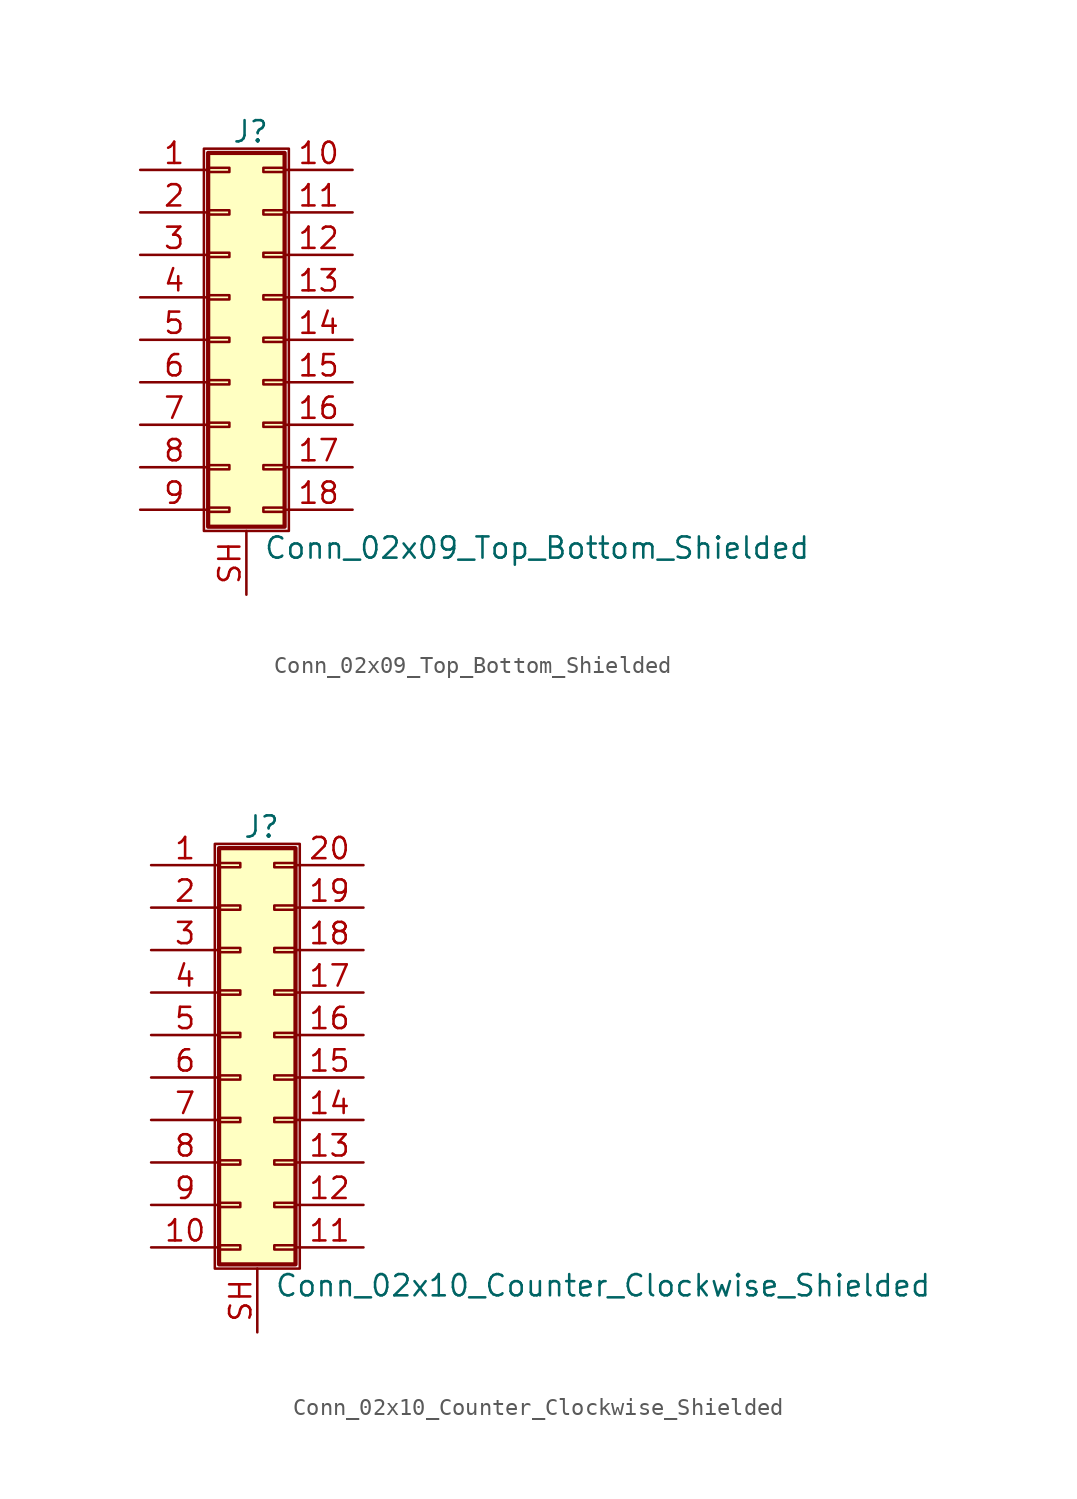
<source format=kicad_sym>
(kicad_symbol_lib
  (version 20211014)
  (generator kicad_symbol_editor)
  (symbol "Conn_02x09_Top_Bottom_Shielded"
    (pin_names
      (offset 1.016) hide)
    (property "Reference" "J"
      (at 1.524 12.446 0)
      (effects (font (size 1.27 1.27))))
    (property "Value" "Conn_02x09_Top_Bottom_Shielded"
      (at 2.286 -12.446 0)
      (effects (font (size 1.27 1.27)) (justify left)))
    (symbol "Conn_02x09_Top_Bottom_Shielded_1_1"
      (rectangle (start -1.27 11.43) (end 3.81 -11.43) (stroke (width 0.152) (type default) (color 0 0 0 0)) (fill (type none)))
      (rectangle (start -1.016 -10.033) (end 0.254 -10.287) (stroke (width 0.152) (type default) (color 0 0 0 0)) (fill (type none)))
      (rectangle (start -1.016 -7.493) (end 0.254 -7.747) (stroke (width 0.152) (type default) (color 0 0 0 0)) (fill (type none)))
      (rectangle (start -1.016 -4.953) (end 0.254 -5.207) (stroke (width 0.152) (type default) (color 0 0 0 0)) (fill (type none)))
      (rectangle (start -1.016 -2.413) (end 0.254 -2.667) (stroke (width 0.152) (type default) (color 0 0 0 0)) (fill (type none)))
      (rectangle (start -1.016 0.127) (end 0.254 -0.127) (stroke (width 0.152) (type default) (color 0 0 0 0)) (fill (type none)))
      (rectangle (start -1.016 2.667) (end 0.254 2.413) (stroke (width 0.152) (type default) (color 0 0 0 0)) (fill (type none)))
      (rectangle (start -1.016 5.207) (end 0.254 4.953) (stroke (width 0.152) (type default) (color 0 0 0 0)) (fill (type none)))
      (rectangle (start -1.016 7.747) (end 0.254 7.493) (stroke (width 0.152) (type default) (color 0 0 0 0)) (fill (type none)))
      (rectangle (start -1.016 10.287) (end 0.254 10.033) (stroke (width 0.152) (type default) (color 0 0 0 0)) (fill (type none)))
      (rectangle (start -1.016 11.176) (end 3.556 -11.176) (stroke (width 0.254) (type default) (color 0 0 0 0)) (fill (type background)))
      (rectangle (start 3.556 -10.033) (end 2.286 -10.287) (stroke (width 0.152) (type default) (color 0 0 0 0)) (fill (type none)))
      (rectangle (start 3.556 -7.493) (end 2.286 -7.747) (stroke (width 0.152) (type default) (color 0 0 0 0)) (fill (type none)))
      (rectangle (start 3.556 -4.953) (end 2.286 -5.207) (stroke (width 0.152) (type default) (color 0 0 0 0)) (fill (type none)))
      (rectangle (start 3.556 -2.413) (end 2.286 -2.667) (stroke (width 0.152) (type default) (color 0 0 0 0)) (fill (type none)))
      (rectangle (start 3.556 0.127) (end 2.286 -0.127) (stroke (width 0.152) (type default) (color 0 0 0 0)) (fill (type none)))
      (rectangle (start 3.556 2.667) (end 2.286 2.413) (stroke (width 0.152) (type default) (color 0 0 0 0)) (fill (type none)))
      (rectangle (start 3.556 5.207) (end 2.286 4.953) (stroke (width 0.152) (type default) (color 0 0 0 0)) (fill (type none)))
      (rectangle (start 3.556 7.747) (end 2.286 7.493) (stroke (width 0.152) (type default) (color 0 0 0 0)) (fill (type none)))
      (rectangle (start 3.556 10.287) (end 2.286 10.033) (stroke (width 0.152) (type default) (color 0 0 0 0)) (fill (type none)))
      (pin passive line (at -5.08 10.16 0) (length 4.064) (name "Pin_1" (effects (font (size 1.27 1.27)))) (number "1" (effects (font (size 1.27 1.27)))))
      (pin passive line (at 7.62 10.16 180) (length 4.064) (name "Pin_10" (effects (font (size 1.27 1.27)))) (number "10" (effects (font (size 1.27 1.27)))))
      (pin passive line (at 7.62 7.62 180) (length 4.064) (name "Pin_11" (effects (font (size 1.27 1.27)))) (number "11" (effects (font (size 1.27 1.27)))))
      (pin passive line (at 7.62 5.08 180) (length 4.064) (name "Pin_12" (effects (font (size 1.27 1.27)))) (number "12" (effects (font (size 1.27 1.27)))))
      (pin passive line (at 7.62 2.54 180) (length 4.064) (name "Pin_13" (effects (font (size 1.27 1.27)))) (number "13" (effects (font (size 1.27 1.27)))))
      (pin passive line (at 7.62 0 180) (length 4.064) (name "Pin_14" (effects (font (size 1.27 1.27)))) (number "14" (effects (font (size 1.27 1.27)))))
      (pin passive line (at 7.62 -2.54 180) (length 4.064) (name "Pin_15" (effects (font (size 1.27 1.27)))) (number "15" (effects (font (size 1.27 1.27)))))
      (pin passive line (at 7.62 -5.08 180) (length 4.064) (name "Pin_16" (effects (font (size 1.27 1.27)))) (number "16" (effects (font (size 1.27 1.27)))))
      (pin passive line (at 7.62 -7.62 180) (length 4.064) (name "Pin_17" (effects (font (size 1.27 1.27)))) (number "17" (effects (font (size 1.27 1.27)))))
      (pin passive line (at 7.62 -10.16 180) (length 4.064) (name "Pin_18" (effects (font (size 1.27 1.27)))) (number "18" (effects (font (size 1.27 1.27)))))
      (pin passive line (at -5.08 7.62 0) (length 4.064) (name "Pin_2" (effects (font (size 1.27 1.27)))) (number "2" (effects (font (size 1.27 1.27)))))
      (pin passive line (at -5.08 5.08 0) (length 4.064) (name "Pin_3" (effects (font (size 1.27 1.27)))) (number "3" (effects (font (size 1.27 1.27)))))
      (pin passive line (at -5.08 2.54 0) (length 4.064) (name "Pin_4" (effects (font (size 1.27 1.27)))) (number "4" (effects (font (size 1.27 1.27)))))
      (pin passive line (at -5.08 0 0) (length 4.064) (name "Pin_5" (effects (font (size 1.27 1.27)))) (number "5" (effects (font (size 1.27 1.27)))))
      (pin passive line (at -5.08 -2.54 0) (length 4.064) (name "Pin_6" (effects (font (size 1.27 1.27)))) (number "6" (effects (font (size 1.27 1.27)))))
      (pin passive line (at -5.08 -5.08 0) (length 4.064) (name "Pin_7" (effects (font (size 1.27 1.27)))) (number "7" (effects (font (size 1.27 1.27)))))
      (pin passive line (at -5.08 -7.62 0) (length 4.064) (name "Pin_8" (effects (font (size 1.27 1.27)))) (number "8" (effects (font (size 1.27 1.27)))))
      (pin passive line (at -5.08 -10.16 0) (length 4.064) (name "Pin_9" (effects (font (size 1.27 1.27)))) (number "9" (effects (font (size 1.27 1.27)))))
      (pin passive line (at 1.27 -15.24 90) (length 3.81) (name "Shield" (effects (font (size 1.27 1.27)))) (number "SH" (effects (font (size 1.27 1.27)))))))
  (symbol "Conn_02x10_Counter_Clockwise_Shielded"
    (pin_names
      (offset 1.016) hide)
    (property "Reference" "J"
      (at 1.524 12.446 0)
      (effects (font (size 1.27 1.27))))
    (property "Value" "Conn_02x10_Counter_Clockwise_Shielded"
      (at 2.286 -14.986 0)
      (effects (font (size 1.27 1.27)) (justify left)))
    (symbol "Conn_02x10_Counter_Clockwise_Shielded_1_1"
      (rectangle (start -1.27 11.43) (end 3.81 -13.97) (stroke (width 0.152) (type default) (color 0 0 0 0)) (fill (type none)))
      (rectangle (start -1.016 -12.573) (end 0.254 -12.827) (stroke (width 0.152) (type default) (color 0 0 0 0)) (fill (type none)))
      (rectangle (start -1.016 -10.033) (end 0.254 -10.287) (stroke (width 0.152) (type default) (color 0 0 0 0)) (fill (type none)))
      (rectangle (start -1.016 -7.493) (end 0.254 -7.747) (stroke (width 0.152) (type default) (color 0 0 0 0)) (fill (type none)))
      (rectangle (start -1.016 -4.953) (end 0.254 -5.207) (stroke (width 0.152) (type default) (color 0 0 0 0)) (fill (type none)))
      (rectangle (start -1.016 -2.413) (end 0.254 -2.667) (stroke (width 0.152) (type default) (color 0 0 0 0)) (fill (type none)))
      (rectangle (start -1.016 0.127) (end 0.254 -0.127) (stroke (width 0.152) (type default) (color 0 0 0 0)) (fill (type none)))
      (rectangle (start -1.016 2.667) (end 0.254 2.413) (stroke (width 0.152) (type default) (color 0 0 0 0)) (fill (type none)))
      (rectangle (start -1.016 5.207) (end 0.254 4.953) (stroke (width 0.152) (type default) (color 0 0 0 0)) (fill (type none)))
      (rectangle (start -1.016 7.747) (end 0.254 7.493) (stroke (width 0.152) (type default) (color 0 0 0 0)) (fill (type none)))
      (rectangle (start -1.016 10.287) (end 0.254 10.033) (stroke (width 0.152) (type default) (color 0 0 0 0)) (fill (type none)))
      (rectangle (start -1.016 11.176) (end 3.556 -13.716) (stroke (width 0.254) (type default) (color 0 0 0 0)) (fill (type background)))
      (rectangle (start 3.556 -12.573) (end 2.286 -12.827) (stroke (width 0.152) (type default) (color 0 0 0 0)) (fill (type none)))
      (rectangle (start 3.556 -10.033) (end 2.286 -10.287) (stroke (width 0.152) (type default) (color 0 0 0 0)) (fill (type none)))
      (rectangle (start 3.556 -7.493) (end 2.286 -7.747) (stroke (width 0.152) (type default) (color 0 0 0 0)) (fill (type none)))
      (rectangle (start 3.556 -4.953) (end 2.286 -5.207) (stroke (width 0.152) (type default) (color 0 0 0 0)) (fill (type none)))
      (rectangle (start 3.556 -2.413) (end 2.286 -2.667) (stroke (width 0.152) (type default) (color 0 0 0 0)) (fill (type none)))
      (rectangle (start 3.556 0.127) (end 2.286 -0.127) (stroke (width 0.152) (type default) (color 0 0 0 0)) (fill (type none)))
      (rectangle (start 3.556 2.667) (end 2.286 2.413) (stroke (width 0.152) (type default) (color 0 0 0 0)) (fill (type none)))
      (rectangle (start 3.556 5.207) (end 2.286 4.953) (stroke (width 0.152) (type default) (color 0 0 0 0)) (fill (type none)))
      (rectangle (start 3.556 7.747) (end 2.286 7.493) (stroke (width 0.152) (type default) (color 0 0 0 0)) (fill (type none)))
      (rectangle (start 3.556 10.287) (end 2.286 10.033) (stroke (width 0.152) (type default) (color 0 0 0 0)) (fill (type none)))
      (pin passive line (at -5.08 10.16 0) (length 4.064) (name "Pin_1" (effects (font (size 1.27 1.27)))) (number "1" (effects (font (size 1.27 1.27)))))
      (pin passive line (at -5.08 -12.7 0) (length 4.064) (name "Pin_10" (effects (font (size 1.27 1.27)))) (number "10" (effects (font (size 1.27 1.27)))))
      (pin passive line (at 7.62 -12.7 180) (length 4.064) (name "Pin_11" (effects (font (size 1.27 1.27)))) (number "11" (effects (font (size 1.27 1.27)))))
      (pin passive line (at 7.62 -10.16 180) (length 4.064) (name "Pin_12" (effects (font (size 1.27 1.27)))) (number "12" (effects (font (size 1.27 1.27)))))
      (pin passive line (at 7.62 -7.62 180) (length 4.064) (name "Pin_13" (effects (font (size 1.27 1.27)))) (number "13" (effects (font (size 1.27 1.27)))))
      (pin passive line (at 7.62 -5.08 180) (length 4.064) (name "Pin_14" (effects (font (size 1.27 1.27)))) (number "14" (effects (font (size 1.27 1.27)))))
      (pin passive line (at 7.62 -2.54 180) (length 4.064) (name "Pin_15" (effects (font (size 1.27 1.27)))) (number "15" (effects (font (size 1.27 1.27)))))
      (pin passive line (at 7.62 0 180) (length 4.064) (name "Pin_16" (effects (font (size 1.27 1.27)))) (number "16" (effects (font (size 1.27 1.27)))))
      (pin passive line (at 7.62 2.54 180) (length 4.064) (name "Pin_17" (effects (font (size 1.27 1.27)))) (number "17" (effects (font (size 1.27 1.27)))))
      (pin passive line (at 7.62 5.08 180) (length 4.064) (name "Pin_18" (effects (font (size 1.27 1.27)))) (number "18" (effects (font (size 1.27 1.27)))))
      (pin passive line (at 7.62 7.62 180) (length 4.064) (name "Pin_19" (effects (font (size 1.27 1.27)))) (number "19" (effects (font (size 1.27 1.27)))))
      (pin passive line (at -5.08 7.62 0) (length 4.064) (name "Pin_2" (effects (font (size 1.27 1.27)))) (number "2" (effects (font (size 1.27 1.27)))))
      (pin passive line (at 7.62 10.16 180) (length 4.064) (name "Pin_20" (effects (font (size 1.27 1.27)))) (number "20" (effects (font (size 1.27 1.27)))))
      (pin passive line (at -5.08 5.08 0) (length 4.064) (name "Pin_3" (effects (font (size 1.27 1.27)))) (number "3" (effects (font (size 1.27 1.27)))))
      (pin passive line (at -5.08 2.54 0) (length 4.064) (name "Pin_4" (effects (font (size 1.27 1.27)))) (number "4" (effects (font (size 1.27 1.27)))))
      (pin passive line (at -5.08 0 0) (length 4.064) (name "Pin_5" (effects (font (size 1.27 1.27)))) (number "5" (effects (font (size 1.27 1.27)))))
      (pin passive line (at -5.08 -2.54 0) (length 4.064) (name "Pin_6" (effects (font (size 1.27 1.27)))) (number "6" (effects (font (size 1.27 1.27)))))
      (pin passive line (at -5.08 -5.08 0) (length 4.064) (name "Pin_7" (effects (font (size 1.27 1.27)))) (number "7" (effects (font (size 1.27 1.27)))))
      (pin passive line (at -5.08 -7.62 0) (length 4.064) (name "Pin_8" (effects (font (size 1.27 1.27)))) (number "8" (effects (font (size 1.27 1.27)))))
      (pin passive line (at -5.08 -10.16 0) (length 4.064) (name "Pin_9" (effects (font (size 1.27 1.27)))) (number "9" (effects (font (size 1.27 1.27)))))
      (pin passive line (at 1.27 -17.78 90) (length 3.81) (name "Shield" (effects (font (size 1.27 1.27)))) (number "SH" (effects (font (size 1.27 1.27))))))))
</source>
